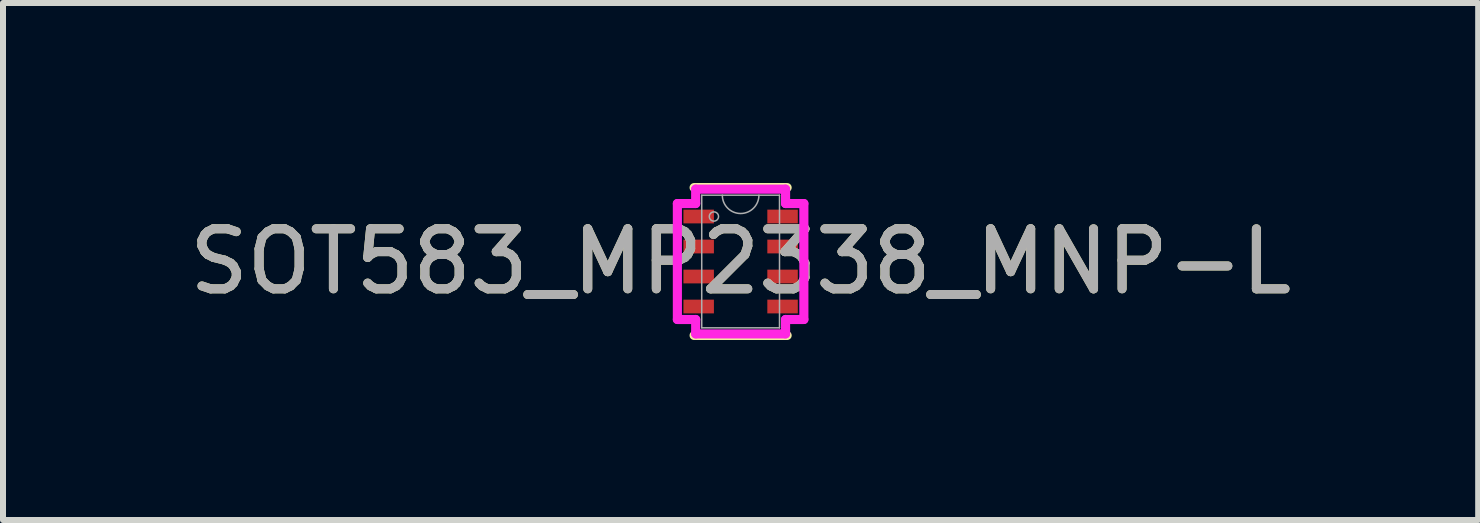
<source format=kicad_pcb>
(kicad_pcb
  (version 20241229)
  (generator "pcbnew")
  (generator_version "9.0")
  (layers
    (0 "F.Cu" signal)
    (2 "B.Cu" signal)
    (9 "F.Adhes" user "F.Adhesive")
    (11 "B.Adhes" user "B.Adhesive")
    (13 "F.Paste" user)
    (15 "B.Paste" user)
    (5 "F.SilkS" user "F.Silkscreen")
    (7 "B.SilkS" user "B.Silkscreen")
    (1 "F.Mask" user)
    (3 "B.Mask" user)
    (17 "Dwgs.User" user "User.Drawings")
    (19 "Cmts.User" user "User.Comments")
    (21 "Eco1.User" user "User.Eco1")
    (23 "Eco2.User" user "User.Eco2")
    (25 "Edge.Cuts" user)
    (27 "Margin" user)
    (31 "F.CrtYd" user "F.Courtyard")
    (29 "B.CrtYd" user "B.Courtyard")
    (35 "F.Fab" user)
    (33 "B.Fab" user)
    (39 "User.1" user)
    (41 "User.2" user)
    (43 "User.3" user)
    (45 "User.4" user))
  (footprint "SOT583_MP2338_MNP-L"
    (layer "F.Cu")
    (at 9.292 1.308)
    (property "Reference" "SOT583_MP2338_MNP-L" (at 0 0 0) (unlocked yes) (layer "F.SilkS") (effects (font (size 1 1) (thickness 0.15))))
    (attr smd)
    (fp_line (start -0.775 1.232) (end 0.775 1.232) (stroke (width 0.152) (type solid)) (layer "F.SilkS"))
    (fp_line (start 0.775 -1.232) (end -0.775 -1.232) (stroke (width 0.152) (type solid)) (layer "F.SilkS"))
    (fp_line (start -1.054 -0.966) (end -0.749 -0.966) (stroke (width 0.152) (type solid)) (layer "F.CrtYd"))
    (fp_line (start -1.054 0.966) (end -1.054 -0.966) (stroke (width 0.152) (type solid)) (layer "F.CrtYd"))
    (fp_line (start -0.749 -1.206) (end 0.749 -1.206) (stroke (width 0.152) (type solid)) (layer "F.CrtYd"))
    (fp_line (start -0.749 -0.966) (end -0.749 -1.206) (stroke (width 0.152) (type solid)) (layer "F.CrtYd"))
    (fp_line (start -0.749 0.966) (end -1.054 0.966) (stroke (width 0.152) (type solid)) (layer "F.CrtYd"))
    (fp_line (start -0.749 1.206) (end -0.749 0.966) (stroke (width 0.152) (type solid)) (layer "F.CrtYd"))
    (fp_line (start 0.749 -1.206) (end 0.749 -0.966) (stroke (width 0.152) (type solid)) (layer "F.CrtYd"))
    (fp_line (start 0.749 -0.966) (end 1.054 -0.966) (stroke (width 0.152) (type solid)) (layer "F.CrtYd"))
    (fp_line (start 0.749 0.966) (end 0.749 1.206) (stroke (width 0.152) (type solid)) (layer "F.CrtYd"))
    (fp_line (start 0.749 1.206) (end -0.749 1.206) (stroke (width 0.152) (type solid)) (layer "F.CrtYd"))
    (fp_line (start 1.054 -0.966) (end 1.054 0.966) (stroke (width 0.152) (type solid)) (layer "F.CrtYd"))
    (fp_line (start 1.054 0.966) (end 0.749 0.966) (stroke (width 0.152) (type solid)) (layer "F.CrtYd"))
    (fp_line (start -0.648 -1.105) (end -0.648 1.105) (stroke (width 0.025) (type solid)) (layer "F.Fab"))
    (fp_line (start -0.648 1.105) (end 0.648 1.105) (stroke (width 0.025) (type solid)) (layer "F.Fab"))
    (fp_line (start 0.648 -1.105) (end -0.648 -1.105) (stroke (width 0.025) (type solid)) (layer "F.Fab"))
    (fp_line (start 0.648 1.105) (end 0.648 -1.105) (stroke (width 0.025) (type solid)) (layer "F.Fab"))
    (fp_arc (start 0.3048 -1.1049) (mid 0 -0.8001) (end -0.3048 -1.1049) (stroke (width 0.0254) (type solid)) (layer "F.Fab"))
    (fp_circle (center -0.445 -0.75) (end -0.368 -0.75) (stroke (width 0.025) (type solid)) (fill no) (layer "F.Fab"))
    (fp_text user "${REFERENCE}" (at 0 0 0) (unlocked yes) (layer "F.Fab") (effects (font (size 1 1) (thickness 0.15))))
    (pad "1" smd rect (at -0.699 -0.75) (size 0.508 0.229) (layers "F.Cu" "F.Mask" "F.Paste"))
    (pad "2" smd rect (at -0.699 -0.25) (size 0.508 0.229) (layers "F.Cu" "F.Mask" "F.Paste"))
    (pad "3" smd rect (at -0.699 0.25) (size 0.508 0.229) (layers "F.Cu" "F.Mask" "F.Paste"))
    (pad "4" smd rect (at -0.699 0.75) (size 0.508 0.229) (layers "F.Cu" "F.Mask" "F.Paste"))
    (pad "5" smd rect (at 0.699 0.75) (size 0.508 0.229) (layers "F.Cu" "F.Mask" "F.Paste"))
    (pad "6" smd rect (at 0.699 0.25) (size 0.508 0.229) (layers "F.Cu" "F.Mask" "F.Paste"))
    (pad "7" smd rect (at 0.699 -0.25) (size 0.508 0.229) (layers "F.Cu" "F.Mask" "F.Paste"))
    (pad "8" smd rect (at 0.699 -0.75) (size 0.508 0.229) (layers "F.Cu" "F.Mask" "F.Paste")))
  (gr_rect
    (start -3 -3)
    (end 21.583 5.616)
    (stroke (width 0.1) (type default))
    (fill no)
    (layer "Edge.Cuts")))
</source>
